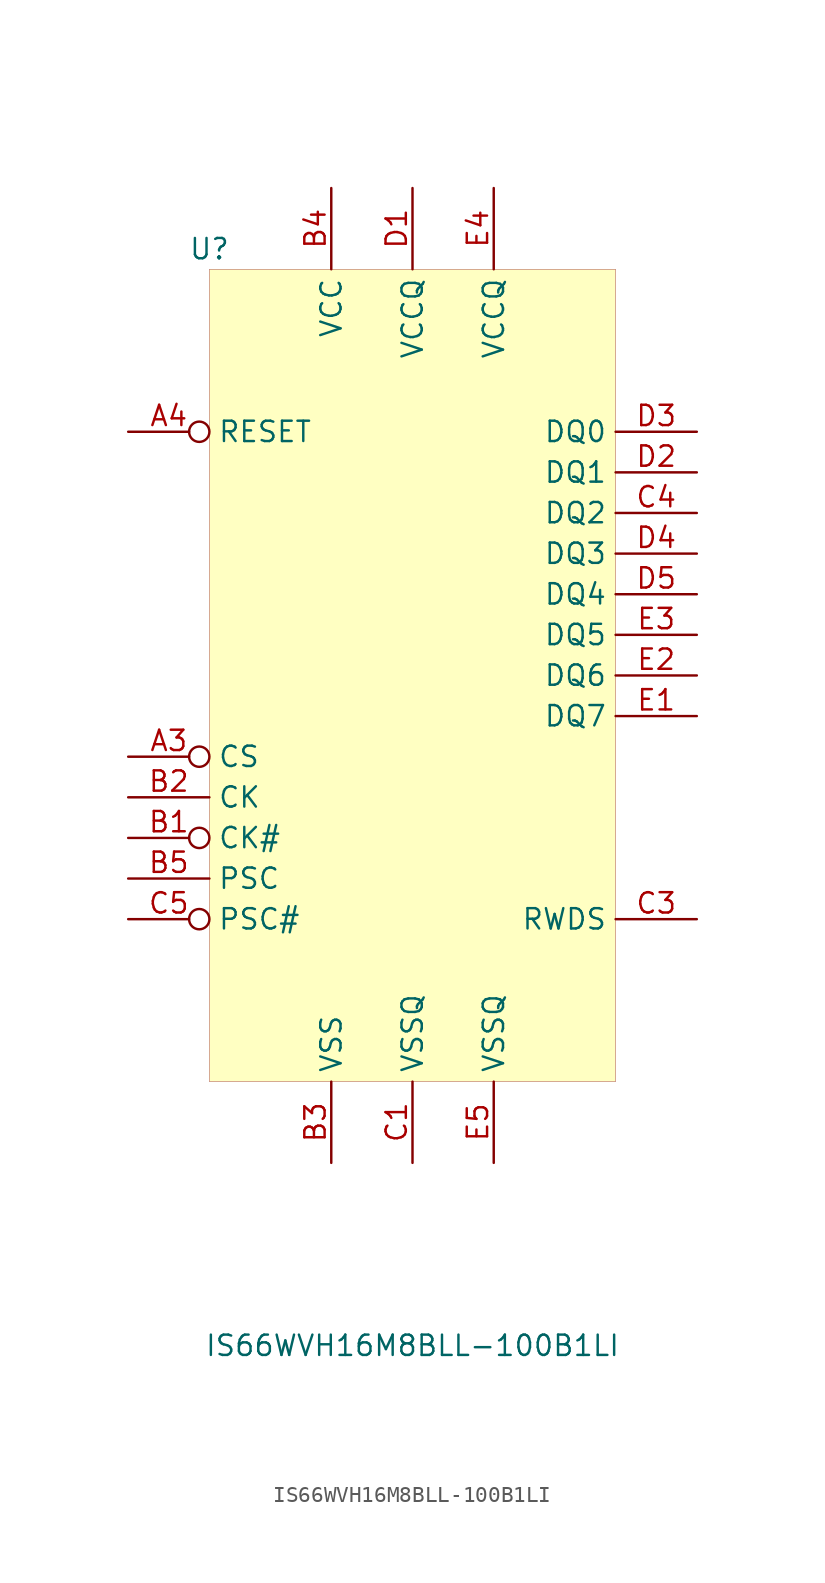
<source format=kicad_sym>
(kicad_symbol_lib
  (version 20201005)
  (generator kicad_symbol_editor)
  (symbol "Memory_HyperRAM:IS66WVH16M8BLL-100B1LI"
    (property "Reference" "U"
      (at -12.7 26.67 0)
      (effects (font (size 1.27 1.27))))
    (property "Value" "IS66WVH16M8BLL-100B1LI"
      (at 0 -41.91 0)
      (effects (font (size 1.27 1.27))))
    (symbol "IS66WVH16M8BLL-100B1LI_0_1"
      (rectangle (start -12.7 25.4) (end 12.7 -25.4) (stroke (width 0.001)) (fill (type background))))
    (symbol "IS66WVH16M8BLL-100B1LI_1_1"
      (pin power_in line (at -5.08 30.48 270) (length 5.08) (name "VCC" (effects (font (size 1.27 1.27)))) (number "B4" (effects (font (size 1.27 1.27)))))
      (pin power_in line (at 0 30.48 270) (length 5.08) (name "VCCQ" (effects (font (size 1.27 1.27)))) (number "D1" (effects (font (size 1.27 1.27)))))
      (pin power_in line (at -5.08 -30.48 90) (length 5.08) (name "VSS" (effects (font (size 1.27 1.27)))) (number "B3" (effects (font (size 1.27 1.27)))))
      (pin power_in line (at 0 -30.48 90) (length 5.08) (name "VSSQ" (effects (font (size 1.27 1.27)))) (number "C1" (effects (font (size 1.27 1.27)))))
      (pin input inverted (at -17.78 15.24 0) (length 5.08) (name "RESET" (effects (font (size 1.27 1.27)))) (number "A4" (effects (font (size 1.27 1.27)))))
      (pin input inverted (at -17.78 -5.08 0) (length 5.08) (name "CS" (effects (font (size 1.27 1.27)))) (number "A3" (effects (font (size 1.27 1.27)))))
      (pin input line (at -17.78 -7.62 0) (length 5.08) (name "CK" (effects (font (size 1.27 1.27)))) (number "B2" (effects (font (size 1.27 1.27)))))
      (pin input inverted (at -17.78 -10.16 0) (length 5.08) (name "CK#" (effects (font (size 1.27 1.27)))) (number "B1" (effects (font (size 1.27 1.27)))))
      (pin input line (at -17.78 -12.7 0) (length 5.08) (name "PSC" (effects (font (size 1.27 1.27)))) (number "B5" (effects (font (size 1.27 1.27)))))
      (pin input inverted (at -17.78 -15.24 0) (length 5.08) (name "PSC#" (effects (font (size 1.27 1.27)))) (number "C5" (effects (font (size 1.27 1.27)))))
      (pin bidirectional line (at 17.78 15.24 180) (length 5.08) (name "DQ0" (effects (font (size 1.27 1.27)))) (number "D3" (effects (font (size 1.27 1.27)))))
      (pin bidirectional line (at 17.78 12.7 180) (length 5.08) (name "DQ1" (effects (font (size 1.27 1.27)))) (number "D2" (effects (font (size 1.27 1.27)))))
      (pin bidirectional line (at 17.78 10.16 180) (length 5.08) (name "DQ2" (effects (font (size 1.27 1.27)))) (number "C4" (effects (font (size 1.27 1.27)))))
      (pin bidirectional line (at 17.78 7.62 180) (length 5.08) (name "DQ3" (effects (font (size 1.27 1.27)))) (number "D4" (effects (font (size 1.27 1.27)))))
      (pin bidirectional line (at 17.78 5.08 180) (length 5.08) (name "DQ4" (effects (font (size 1.27 1.27)))) (number "D5" (effects (font (size 1.27 1.27)))))
      (pin bidirectional line (at 17.78 2.54 180) (length 5.08) (name "DQ5" (effects (font (size 1.27 1.27)))) (number "E3" (effects (font (size 1.27 1.27)))))
      (pin bidirectional line (at 17.78 0 180) (length 5.08) (name "DQ6" (effects (font (size 1.27 1.27)))) (number "E2" (effects (font (size 1.27 1.27)))))
      (pin bidirectional line (at 17.78 -2.54 180) (length 5.08) (name "DQ7" (effects (font (size 1.27 1.27)))) (number "E1" (effects (font (size 1.27 1.27)))))
      (pin bidirectional line (at 17.78 -15.24 180) (length 5.08) (name "RWDS" (effects (font (size 1.27 1.27)))) (number "C3" (effects (font (size 1.27 1.27)))))
      (pin unspecified line (at -17.78 10.16 0) (length 5.08) hide (name "RFU" (effects (font (size 1.27 1.27)))) (number "A2" (effects (font (size 1.27 1.27)))))
      (pin unspecified line (at -17.78 7.62 0) (length 5.08) hide (name "RFU" (effects (font (size 1.27 1.27)))) (number "A5" (effects (font (size 1.27 1.27)))))
      (pin unspecified line (at -17.78 5.08 0) (length 5.08) hide (name "RFU" (effects (font (size 1.27 1.27)))) (number "C2" (effects (font (size 1.27 1.27)))))
      (pin power_in line (at 5.08 -30.48 90) (length 5.08) (name "VSSQ" (effects (font (size 1.27 1.27)))) (number "E5" (effects (font (size 1.27 1.27)))))
      (pin power_in line (at 5.08 30.48 270) (length 5.08) (name "VCCQ" (effects (font (size 1.27 1.27)))) (number "E4" (effects (font (size 1.27 1.27))))))))
</source>
